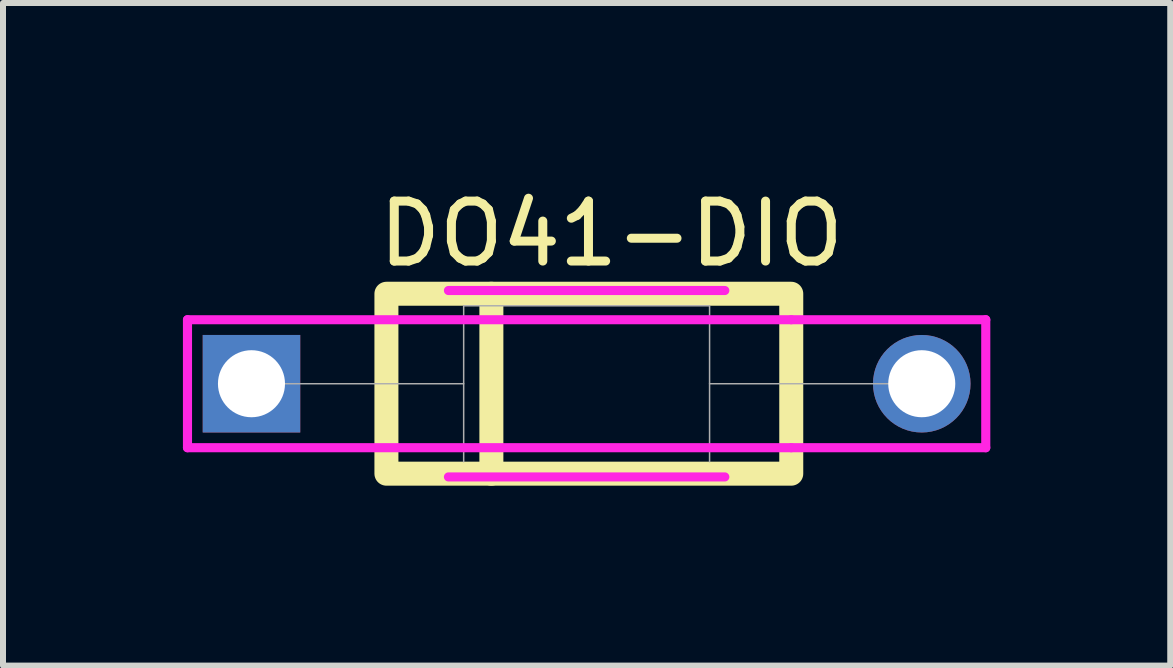
<source format=kicad_pcb>
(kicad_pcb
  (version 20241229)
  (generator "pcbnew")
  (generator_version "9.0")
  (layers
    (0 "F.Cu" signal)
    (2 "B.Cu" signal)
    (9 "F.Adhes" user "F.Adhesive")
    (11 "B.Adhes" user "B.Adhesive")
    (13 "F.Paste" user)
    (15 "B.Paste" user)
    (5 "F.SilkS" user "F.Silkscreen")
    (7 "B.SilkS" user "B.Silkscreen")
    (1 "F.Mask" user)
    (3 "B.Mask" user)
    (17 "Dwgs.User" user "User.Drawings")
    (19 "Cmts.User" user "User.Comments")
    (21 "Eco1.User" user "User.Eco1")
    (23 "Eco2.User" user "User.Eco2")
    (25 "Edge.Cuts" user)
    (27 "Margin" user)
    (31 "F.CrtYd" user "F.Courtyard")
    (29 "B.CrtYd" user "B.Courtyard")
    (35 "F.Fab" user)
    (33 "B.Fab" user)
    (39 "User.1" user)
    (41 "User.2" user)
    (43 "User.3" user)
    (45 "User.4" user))
  (footprint "DO41-DIO"
    (layer "F.Cu")
    (at 1.143 3.348)
    (property "Reference" "DO41-DIO" (at 6 -2.5 0) (unlocked yes) (layer "F.SilkS") (effects (font (size 1 1) (thickness 0.15))))
    (attr through_hole)
    (fp_line (start 4 -1.5) (end 4 1.5) (stroke (width 0.4) (type default)) (layer "F.SilkS"))
    (fp_rect (start 2.25 -1.5) (end 9 1.5) (stroke (width 0.4) (type default)) (fill no) (layer "F.SilkS"))
    (fp_line (start -1.067 -1.067) (end 9 -1.067) (stroke (width 0.152) (type solid)) (layer "F.CrtYd"))
    (fp_line (start -1.067 1.067) (end -1.067 -1.067) (stroke (width 0.152) (type solid)) (layer "F.CrtYd"))
    (fp_line (start 3.284 -1.554) (end 7.892 -1.554) (stroke (width 0.152) (type solid)) (layer "F.CrtYd"))
    (fp_line (start 7.892 1.554) (end 3.284 1.554) (stroke (width 0.152) (type solid)) (layer "F.CrtYd"))
    (fp_line (start 9 -1.067) (end 12.243 -1.067) (stroke (width 0.152) (type solid)) (layer "F.CrtYd"))
    (fp_line (start 9 1.067) (end -1.067 1.067) (stroke (width 0.152) (type solid)) (layer "F.CrtYd"))
    (fp_line (start 12.243 -1.067) (end 12.243 1.067) (stroke (width 0.152) (type solid)) (layer "F.CrtYd"))
    (fp_line (start 12.243 1.067) (end 9 1.067) (stroke (width 0.152) (type solid)) (layer "F.CrtYd"))
    (fp_line (start 0 0) (end 3.538 0) (stroke (width 0.025) (type solid)) (layer "F.Fab"))
    (fp_line (start 3.538 -1.3) (end 3.538 1.3) (stroke (width 0.025) (type solid)) (layer "F.Fab"))
    (fp_line (start 7.638 -1.3) (end 3.538 -1.3) (stroke (width 0.025) (type solid)) (layer "F.Fab"))
    (fp_line (start 7.638 1.3) (end 7.638 -1.3) (stroke (width 0.025) (type solid)) (layer "F.Fab"))
    (fp_line (start 11.176 0) (end 7.638 0) (stroke (width 0.025) (type solid)) (layer "F.Fab"))
    (pad "1" thru_hole rect (at 0 0) (size 1.626 1.626) (drill 1.118) (layers "*.Cu" "*.Mask"))
    (pad "2" thru_hole circle (at 11.176 0) (size 1.626 1.626) (drill 1.118) (layers "*.Cu" "*.Mask")))
  (gr_rect
    (start -3 -3)
    (end 16.462 8.048)
    (stroke (width 0.1) (type default))
    (fill no)
    (layer "Edge.Cuts")))
</source>
